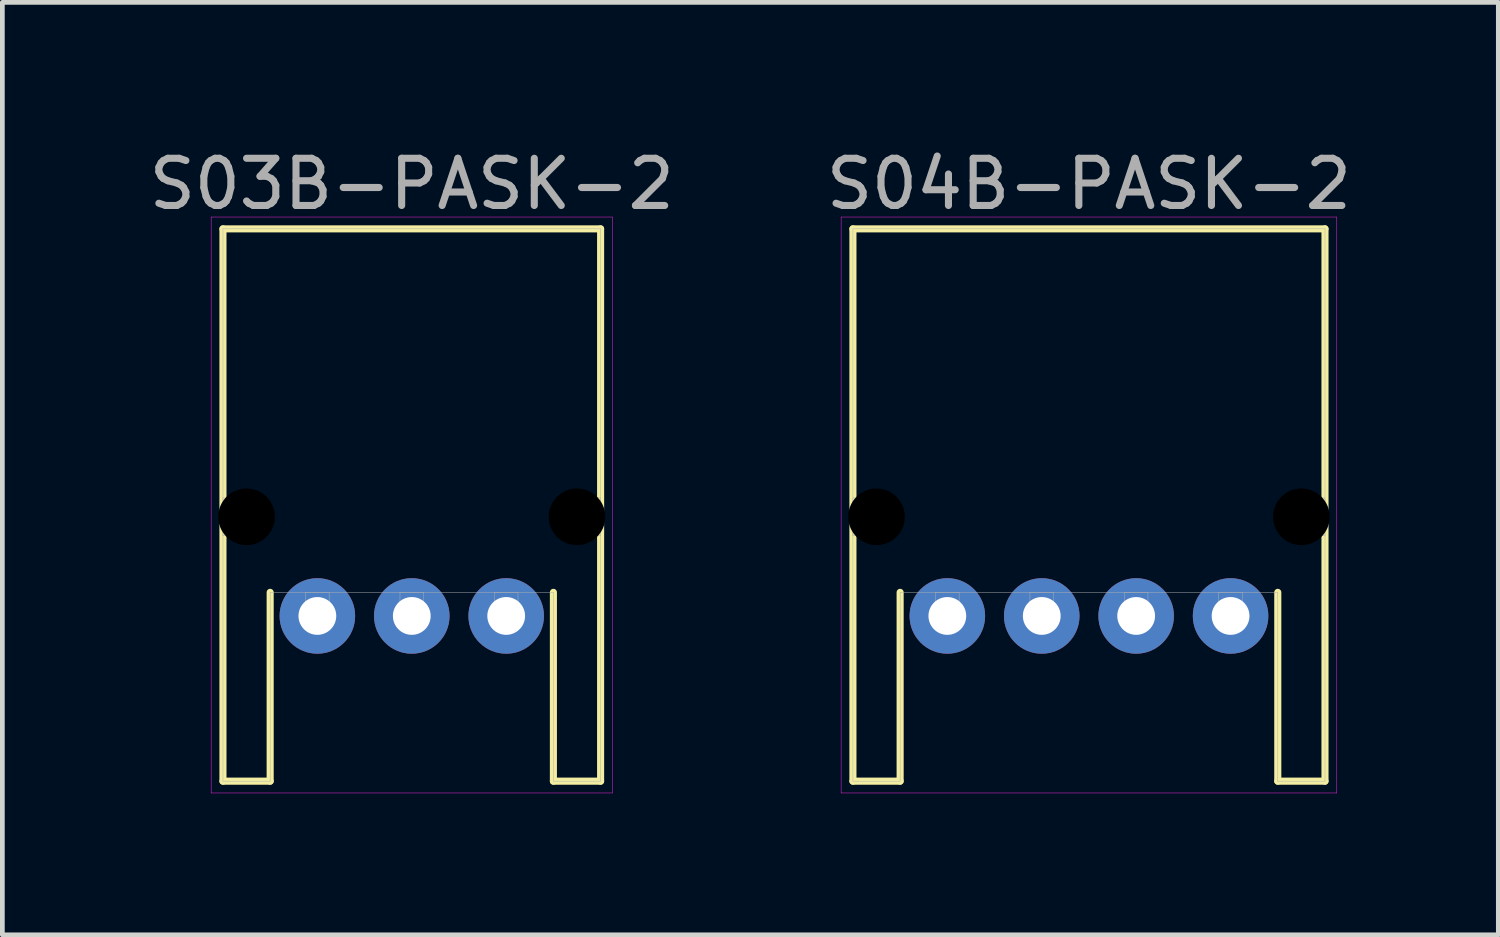
<source format=kicad_pcb>
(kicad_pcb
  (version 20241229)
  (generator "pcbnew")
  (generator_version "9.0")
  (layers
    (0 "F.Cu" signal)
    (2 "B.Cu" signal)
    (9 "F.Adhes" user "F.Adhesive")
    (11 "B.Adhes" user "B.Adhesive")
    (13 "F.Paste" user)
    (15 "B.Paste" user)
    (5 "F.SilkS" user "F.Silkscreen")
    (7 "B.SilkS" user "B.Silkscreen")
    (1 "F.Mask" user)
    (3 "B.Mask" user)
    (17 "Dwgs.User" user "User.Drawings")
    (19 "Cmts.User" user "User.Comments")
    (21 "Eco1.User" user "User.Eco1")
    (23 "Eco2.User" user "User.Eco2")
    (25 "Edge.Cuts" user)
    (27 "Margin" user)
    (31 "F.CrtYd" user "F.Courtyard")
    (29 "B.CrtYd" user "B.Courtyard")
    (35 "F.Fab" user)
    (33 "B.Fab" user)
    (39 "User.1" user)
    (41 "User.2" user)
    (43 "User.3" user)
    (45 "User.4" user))
  (footprint "S04B-PASK-2"
    (layer "F.Cu")
    (at 20.018 9.998)
    (property "Reference" "S04B-PASK-2" (at 0 -9.15 0) (layer "F.Fab") (effects (font (size 1 1) (thickness 0.15))))
    (attr through_hole)
    (fp_line (start -5 -8.2) (end -5 3.5) (stroke (width 0.15) (type solid)) (layer "F.SilkS"))
    (fp_line (start -5 -8.2) (end 5 -8.2) (stroke (width 0.15) (type solid)) (layer "F.SilkS"))
    (fp_line (start -5 3.5) (end -4 3.5) (stroke (width 0.15) (type solid)) (layer "F.SilkS"))
    (fp_line (start -4 3.5) (end -4 -0.5) (stroke (width 0.15) (type solid)) (layer "F.SilkS"))
    (fp_line (start 4 3.5) (end 4 -0.5) (stroke (width 0.15) (type solid)) (layer "F.SilkS"))
    (fp_line (start 5 -8.2) (end 5 3.5) (stroke (width 0.15) (type solid)) (layer "F.SilkS"))
    (fp_line (start 5 3.5) (end 4 3.5) (stroke (width 0.15) (type solid)) (layer "F.SilkS"))
    (fp_line (start -5.25 -8.45) (end 5.25 -8.45) (stroke (width 0.01) (type solid)) (layer "F.CrtYd"))
    (fp_line (start -5.25 3.75) (end -5.25 -8.45) (stroke (width 0.01) (type solid)) (layer "F.CrtYd"))
    (fp_line (start 5.25 -8.45) (end 5.25 3.75) (stroke (width 0.01) (type solid)) (layer "F.CrtYd"))
    (fp_line (start 5.25 3.75) (end -5.25 3.75) (stroke (width 0.01) (type solid)) (layer "F.CrtYd"))
    (fp_line (start -5 -8.2) (end -5 3.5) (stroke (width 0.01) (type solid)) (layer "F.Fab"))
    (fp_line (start -5 -8.2) (end 5 -8.2) (stroke (width 0.01) (type solid)) (layer "F.Fab"))
    (fp_line (start -5 -2.5) (end -4.4 -2.5) (stroke (width 0.01) (type solid)) (layer "F.Fab"))
    (fp_line (start -5 -1.7) (end -5 -2.5) (stroke (width 0.01) (type solid)) (layer "F.Fab"))
    (fp_line (start -5 3.5) (end -4 3.5) (stroke (width 0.01) (type solid)) (layer "F.Fab"))
    (fp_line (start -4.4 -2.5) (end -4.4 -1.7) (stroke (width 0.01) (type solid)) (layer "F.Fab"))
    (fp_line (start -4.4 -1.7) (end -5 -1.7) (stroke (width 0.01) (type solid)) (layer "F.Fab"))
    (fp_line (start -4 3.5) (end -4 -0.5) (stroke (width 0.01) (type solid)) (layer "F.Fab"))
    (fp_line (start -3.25 -0.5) (end -2.75 -0.5) (stroke (width 0.01) (type solid)) (layer "F.Fab"))
    (fp_line (start -3.25 -0.25) (end -2.75 -0.25) (stroke (width 0.01) (type solid)) (layer "F.Fab"))
    (fp_line (start -3.25 0.25) (end -3.25 -0.5) (stroke (width 0.01) (type solid)) (layer "F.Fab"))
    (fp_line (start -2.75 -0.5) (end -2.75 0.25) (stroke (width 0.01) (type solid)) (layer "F.Fab"))
    (fp_line (start -2.75 0.25) (end -3.25 0.25) (stroke (width 0.01) (type solid)) (layer "F.Fab"))
    (fp_line (start -1.25 -0.5) (end -0.75 -0.5) (stroke (width 0.01) (type solid)) (layer "F.Fab"))
    (fp_line (start -1.25 -0.25) (end -0.75 -0.25) (stroke (width 0.01) (type solid)) (layer "F.Fab"))
    (fp_line (start -1.25 0.25) (end -1.25 -0.5) (stroke (width 0.01) (type solid)) (layer "F.Fab"))
    (fp_line (start -0.75 -0.5) (end -0.75 0.25) (stroke (width 0.01) (type solid)) (layer "F.Fab"))
    (fp_line (start -0.75 0.25) (end -1.25 0.25) (stroke (width 0.01) (type solid)) (layer "F.Fab"))
    (fp_line (start 0.75 -0.5) (end 1.25 -0.5) (stroke (width 0.01) (type solid)) (layer "F.Fab"))
    (fp_line (start 0.75 -0.25) (end 1.25 -0.25) (stroke (width 0.01) (type solid)) (layer "F.Fab"))
    (fp_line (start 0.75 0.25) (end 0.75 -0.5) (stroke (width 0.01) (type solid)) (layer "F.Fab"))
    (fp_line (start 1.25 -0.5) (end 1.25 0.25) (stroke (width 0.01) (type solid)) (layer "F.Fab"))
    (fp_line (start 1.25 0.25) (end 0.75 0.25) (stroke (width 0.01) (type solid)) (layer "F.Fab"))
    (fp_line (start 2.75 -0.5) (end 3.25 -0.5) (stroke (width 0.01) (type solid)) (layer "F.Fab"))
    (fp_line (start 2.75 -0.25) (end 3.25 -0.25) (stroke (width 0.01) (type solid)) (layer "F.Fab"))
    (fp_line (start 2.75 0.25) (end 2.75 -0.5) (stroke (width 0.01) (type solid)) (layer "F.Fab"))
    (fp_line (start 3.25 -0.5) (end 3.25 0.25) (stroke (width 0.01) (type solid)) (layer "F.Fab"))
    (fp_line (start 3.25 0.25) (end 2.75 0.25) (stroke (width 0.01) (type solid)) (layer "F.Fab"))
    (fp_line (start 4 -0.5) (end -4 -0.5) (stroke (width 0.01) (type solid)) (layer "F.Fab"))
    (fp_line (start 4 3.5) (end 4 -0.5) (stroke (width 0.01) (type solid)) (layer "F.Fab"))
    (fp_line (start 4.4 -2.5) (end 5 -2.5) (stroke (width 0.01) (type solid)) (layer "F.Fab"))
    (fp_line (start 4.4 -1.7) (end 4.4 -2.5) (stroke (width 0.01) (type solid)) (layer "F.Fab"))
    (fp_line (start 5 -8.2) (end 5 3.5) (stroke (width 0.01) (type solid)) (layer "F.Fab"))
    (fp_line (start 5 -2.5) (end 5 -1.7) (stroke (width 0.01) (type solid)) (layer "F.Fab"))
    (fp_line (start 5 -1.7) (end 4.4 -1.7) (stroke (width 0.01) (type solid)) (layer "F.Fab"))
    (fp_line (start 5 3.5) (end 4 3.5) (stroke (width 0.01) (type solid)) (layer "F.Fab"))
    (pad "" np_thru_hole circle (at -4.5 -2.1) (size 1.2 1.2) (drill 1.2) (layers "*.Mask"))
    (pad "" np_thru_hole circle (at 4.5 -2.1) (size 1.2 1.2) (drill 1.2) (layers "*.Mask"))
    (pad "1" thru_hole circle (at 3 0) (size 1.6 1.6) (drill 0.8) (layers "*.Cu" "*.Mask"))
    (pad "2" thru_hole circle (at 1 0) (size 1.6 1.6) (drill 0.8) (layers "*.Cu" "*.Mask"))
    (pad "3" thru_hole circle (at -1 0) (size 1.6 1.6) (drill 0.8) (layers "*.Cu" "*.Mask"))
    (pad "4" thru_hole circle (at -3 0) (size 1.6 1.6) (drill 0.8) (layers "*.Cu" "*.Mask")))
  (footprint "S03B-PASK-2"
    (layer "F.Cu")
    (at 5.673 9.998)
    (property "Reference" "S03B-PASK-2" (at 0 -9.15 0) (layer "F.Fab") (effects (font (size 1 1) (thickness 0.15))))
    (attr through_hole)
    (fp_line (start -4 -8.2) (end -4 3.5) (stroke (width 0.15) (type solid)) (layer "F.SilkS"))
    (fp_line (start -4 -8.2) (end 4 -8.2) (stroke (width 0.15) (type solid)) (layer "F.SilkS"))
    (fp_line (start -4 3.5) (end -3 3.5) (stroke (width 0.15) (type solid)) (layer "F.SilkS"))
    (fp_line (start -3 3.5) (end -3 -0.5) (stroke (width 0.15) (type solid)) (layer "F.SilkS"))
    (fp_line (start 3 3.5) (end 3 -0.5) (stroke (width 0.15) (type solid)) (layer "F.SilkS"))
    (fp_line (start 4 -8.2) (end 4 3.5) (stroke (width 0.15) (type solid)) (layer "F.SilkS"))
    (fp_line (start 4 3.5) (end 3 3.5) (stroke (width 0.15) (type solid)) (layer "F.SilkS"))
    (fp_line (start -4.25 -8.45) (end 4.25 -8.45) (stroke (width 0.01) (type solid)) (layer "F.CrtYd"))
    (fp_line (start -4.25 3.75) (end -4.25 -8.45) (stroke (width 0.01) (type solid)) (layer "F.CrtYd"))
    (fp_line (start 4.25 -8.45) (end 4.25 3.75) (stroke (width 0.01) (type solid)) (layer "F.CrtYd"))
    (fp_line (start 4.25 3.75) (end -4.25 3.75) (stroke (width 0.01) (type solid)) (layer "F.CrtYd"))
    (fp_line (start -4 -8.2) (end -4 3.5) (stroke (width 0.01) (type solid)) (layer "F.Fab"))
    (fp_line (start -4 -8.2) (end 4 -8.2) (stroke (width 0.01) (type solid)) (layer "F.Fab"))
    (fp_line (start -4 -2.5) (end -3.4 -2.5) (stroke (width 0.01) (type solid)) (layer "F.Fab"))
    (fp_line (start -4 -1.7) (end -4 -2.5) (stroke (width 0.01) (type solid)) (layer "F.Fab"))
    (fp_line (start -4 3.5) (end -3 3.5) (stroke (width 0.01) (type solid)) (layer "F.Fab"))
    (fp_line (start -3.4 -2.5) (end -3.4 -1.7) (stroke (width 0.01) (type solid)) (layer "F.Fab"))
    (fp_line (start -3.4 -1.7) (end -4 -1.7) (stroke (width 0.01) (type solid)) (layer "F.Fab"))
    (fp_line (start -3 3.5) (end -3 -0.5) (stroke (width 0.01) (type solid)) (layer "F.Fab"))
    (fp_line (start -2.25 -0.5) (end -1.75 -0.5) (stroke (width 0.01) (type solid)) (layer "F.Fab"))
    (fp_line (start -2.25 -0.25) (end -1.75 -0.25) (stroke (width 0.01) (type solid)) (layer "F.Fab"))
    (fp_line (start -2.25 0.25) (end -2.25 -0.5) (stroke (width 0.01) (type solid)) (layer "F.Fab"))
    (fp_line (start -1.75 -0.5) (end -1.75 0.25) (stroke (width 0.01) (type solid)) (layer "F.Fab"))
    (fp_line (start -1.75 0.25) (end -2.25 0.25) (stroke (width 0.01) (type solid)) (layer "F.Fab"))
    (fp_line (start -0.25 -0.5) (end 0.25 -0.5) (stroke (width 0.01) (type solid)) (layer "F.Fab"))
    (fp_line (start -0.25 -0.25) (end 0.25 -0.25) (stroke (width 0.01) (type solid)) (layer "F.Fab"))
    (fp_line (start -0.25 0.25) (end -0.25 -0.5) (stroke (width 0.01) (type solid)) (layer "F.Fab"))
    (fp_line (start 0.25 -0.5) (end 0.25 0.25) (stroke (width 0.01) (type solid)) (layer "F.Fab"))
    (fp_line (start 0.25 0.25) (end -0.25 0.25) (stroke (width 0.01) (type solid)) (layer "F.Fab"))
    (fp_line (start 1.75 -0.5) (end 2.25 -0.5) (stroke (width 0.01) (type solid)) (layer "F.Fab"))
    (fp_line (start 1.75 -0.25) (end 2.25 -0.25) (stroke (width 0.01) (type solid)) (layer "F.Fab"))
    (fp_line (start 1.75 0.25) (end 1.75 -0.5) (stroke (width 0.01) (type solid)) (layer "F.Fab"))
    (fp_line (start 2.25 -0.5) (end 2.25 0.25) (stroke (width 0.01) (type solid)) (layer "F.Fab"))
    (fp_line (start 2.25 0.25) (end 1.75 0.25) (stroke (width 0.01) (type solid)) (layer "F.Fab"))
    (fp_line (start 3 -0.5) (end -3 -0.5) (stroke (width 0.01) (type solid)) (layer "F.Fab"))
    (fp_line (start 3 3.5) (end 3 -0.5) (stroke (width 0.01) (type solid)) (layer "F.Fab"))
    (fp_line (start 3.4 -2.5) (end 4 -2.5) (stroke (width 0.01) (type solid)) (layer "F.Fab"))
    (fp_line (start 3.4 -1.7) (end 3.4 -2.5) (stroke (width 0.01) (type solid)) (layer "F.Fab"))
    (fp_line (start 4 -8.2) (end 4 3.5) (stroke (width 0.01) (type solid)) (layer "F.Fab"))
    (fp_line (start 4 -2.5) (end 4 -1.7) (stroke (width 0.01) (type solid)) (layer "F.Fab"))
    (fp_line (start 4 -1.7) (end 3.4 -1.7) (stroke (width 0.01) (type solid)) (layer "F.Fab"))
    (fp_line (start 4 3.5) (end 3 3.5) (stroke (width 0.01) (type solid)) (layer "F.Fab"))
    (pad "" np_thru_hole circle (at -3.5 -2.1) (size 1.2 1.2) (drill 1.2) (layers "*.Mask"))
    (pad "" np_thru_hole circle (at 3.5 -2.1) (size 1.2 1.2) (drill 1.2) (layers "*.Mask"))
    (pad "1" thru_hole circle (at 2 0) (size 1.6 1.6) (drill 0.8) (layers "*.Cu" "*.Mask"))
    (pad "2" thru_hole circle (at 0 0) (size 1.6 1.6) (drill 0.8) (layers "*.Cu" "*.Mask"))
    (pad "3" thru_hole circle (at -2 0) (size 1.6 1.6) (drill 0.8) (layers "*.Cu" "*.Mask")))
  (gr_rect
    (start -3 -3)
    (end 28.69 16.753)
    (stroke (width 0.1) (type default))
    (fill no)
    (layer "Edge.Cuts")))
</source>
